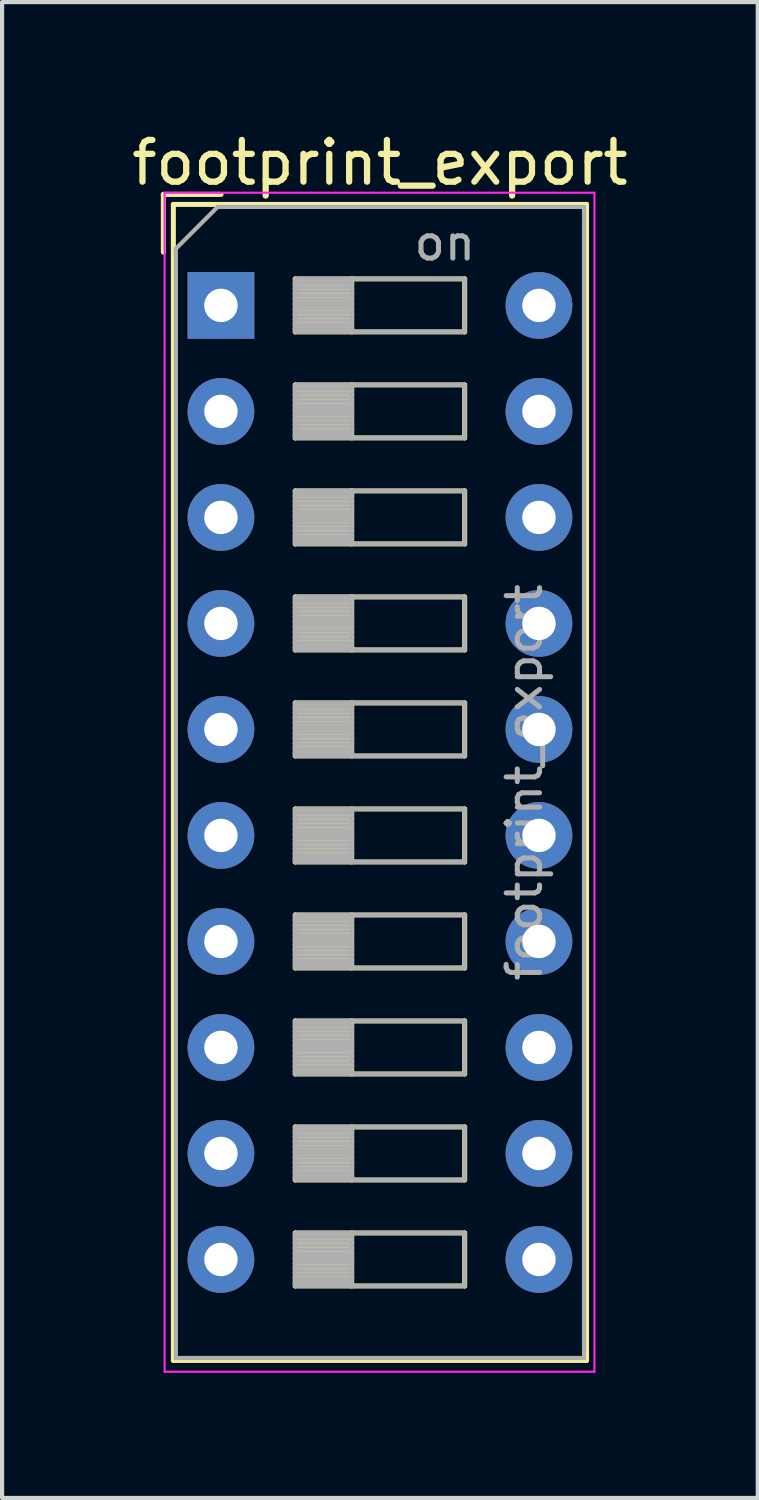
<source format=kicad_pcb>
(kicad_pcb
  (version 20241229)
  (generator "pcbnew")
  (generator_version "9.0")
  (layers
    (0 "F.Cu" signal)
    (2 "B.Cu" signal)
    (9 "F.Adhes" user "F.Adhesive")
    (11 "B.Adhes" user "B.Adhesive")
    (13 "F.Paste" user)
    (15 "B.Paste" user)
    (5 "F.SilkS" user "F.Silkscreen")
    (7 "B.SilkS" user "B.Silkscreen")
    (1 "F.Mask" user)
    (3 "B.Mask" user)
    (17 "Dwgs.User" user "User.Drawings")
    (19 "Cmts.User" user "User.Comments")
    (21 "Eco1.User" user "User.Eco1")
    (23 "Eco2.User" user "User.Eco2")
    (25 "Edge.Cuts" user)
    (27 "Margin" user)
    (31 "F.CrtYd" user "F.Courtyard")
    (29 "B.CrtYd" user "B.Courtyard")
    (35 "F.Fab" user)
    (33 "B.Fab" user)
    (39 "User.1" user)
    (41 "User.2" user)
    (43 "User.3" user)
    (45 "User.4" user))
  (footprint "footprint_export"
    (layer "F.Cu")
    (at 2.244 4.268)
    (property "Reference" "footprint_export" (at 3.81 -3.42 0) (layer "F.SilkS") (effects (font (size 1 1) (thickness 0.15))))
    (attr through_hole)
    (fp_line (start -1.38 -2.66) (end -1.38 -1.277) (stroke (width 0.12) (type solid)) (layer "F.SilkS"))
    (fp_line (start -1.38 -2.66) (end 0.004 -2.66) (stroke (width 0.12) (type solid)) (layer "F.SilkS"))
    (fp_line (start -1.14 -2.42) (end -1.14 25.28) (stroke (width 0.12) (type solid)) (layer "F.SilkS"))
    (fp_line (start -1.14 -2.42) (end 8.76 -2.42) (stroke (width 0.12) (type solid)) (layer "F.SilkS"))
    (fp_line (start -1.14 25.28) (end 8.76 25.28) (stroke (width 0.12) (type solid)) (layer "F.SilkS"))
    (fp_line (start 1.78 -0.635) (end 1.78 0.635) (stroke (width 0.12) (type solid)) (layer "F.SilkS"))
    (fp_line (start 1.78 -0.515) (end 3.133 -0.515) (stroke (width 0.12) (type solid)) (layer "F.SilkS"))
    (fp_line (start 1.78 -0.395) (end 3.133 -0.395) (stroke (width 0.12) (type solid)) (layer "F.SilkS"))
    (fp_line (start 1.78 -0.275) (end 3.133 -0.275) (stroke (width 0.12) (type solid)) (layer "F.SilkS"))
    (fp_line (start 1.78 -0.155) (end 3.133 -0.155) (stroke (width 0.12) (type solid)) (layer "F.SilkS"))
    (fp_line (start 1.78 -0.035) (end 3.133 -0.035) (stroke (width 0.12) (type solid)) (layer "F.SilkS"))
    (fp_line (start 1.78 0.085) (end 3.133 0.085) (stroke (width 0.12) (type solid)) (layer "F.SilkS"))
    (fp_line (start 1.78 0.205) (end 3.133 0.205) (stroke (width 0.12) (type solid)) (layer "F.SilkS"))
    (fp_line (start 1.78 0.325) (end 3.133 0.325) (stroke (width 0.12) (type solid)) (layer "F.SilkS"))
    (fp_line (start 1.78 0.445) (end 3.133 0.445) (stroke (width 0.12) (type solid)) (layer "F.SilkS"))
    (fp_line (start 1.78 0.565) (end 3.133 0.565) (stroke (width 0.12) (type solid)) (layer "F.SilkS"))
    (fp_line (start 1.78 0.635) (end 5.84 0.635) (stroke (width 0.12) (type solid)) (layer "F.SilkS"))
    (fp_line (start 1.78 1.905) (end 1.78 3.175) (stroke (width 0.12) (type solid)) (layer "F.SilkS"))
    (fp_line (start 1.78 2.025) (end 3.133 2.025) (stroke (width 0.12) (type solid)) (layer "F.SilkS"))
    (fp_line (start 1.78 2.145) (end 3.133 2.145) (stroke (width 0.12) (type solid)) (layer "F.SilkS"))
    (fp_line (start 1.78 2.265) (end 3.133 2.265) (stroke (width 0.12) (type solid)) (layer "F.SilkS"))
    (fp_line (start 1.78 2.385) (end 3.133 2.385) (stroke (width 0.12) (type solid)) (layer "F.SilkS"))
    (fp_line (start 1.78 2.505) (end 3.133 2.505) (stroke (width 0.12) (type solid)) (layer "F.SilkS"))
    (fp_line (start 1.78 2.625) (end 3.133 2.625) (stroke (width 0.12) (type solid)) (layer "F.SilkS"))
    (fp_line (start 1.78 2.745) (end 3.133 2.745) (stroke (width 0.12) (type solid)) (layer "F.SilkS"))
    (fp_line (start 1.78 2.865) (end 3.133 2.865) (stroke (width 0.12) (type solid)) (layer "F.SilkS"))
    (fp_line (start 1.78 2.985) (end 3.133 2.985) (stroke (width 0.12) (type solid)) (layer "F.SilkS"))
    (fp_line (start 1.78 3.105) (end 3.133 3.105) (stroke (width 0.12) (type solid)) (layer "F.SilkS"))
    (fp_line (start 1.78 3.175) (end 5.84 3.175) (stroke (width 0.12) (type solid)) (layer "F.SilkS"))
    (fp_line (start 1.78 4.445) (end 1.78 5.715) (stroke (width 0.12) (type solid)) (layer "F.SilkS"))
    (fp_line (start 1.78 4.565) (end 3.133 4.565) (stroke (width 0.12) (type solid)) (layer "F.SilkS"))
    (fp_line (start 1.78 4.685) (end 3.133 4.685) (stroke (width 0.12) (type solid)) (layer "F.SilkS"))
    (fp_line (start 1.78 4.805) (end 3.133 4.805) (stroke (width 0.12) (type solid)) (layer "F.SilkS"))
    (fp_line (start 1.78 4.925) (end 3.133 4.925) (stroke (width 0.12) (type solid)) (layer "F.SilkS"))
    (fp_line (start 1.78 5.045) (end 3.133 5.045) (stroke (width 0.12) (type solid)) (layer "F.SilkS"))
    (fp_line (start 1.78 5.165) (end 3.133 5.165) (stroke (width 0.12) (type solid)) (layer "F.SilkS"))
    (fp_line (start 1.78 5.285) (end 3.133 5.285) (stroke (width 0.12) (type solid)) (layer "F.SilkS"))
    (fp_line (start 1.78 5.405) (end 3.133 5.405) (stroke (width 0.12) (type solid)) (layer "F.SilkS"))
    (fp_line (start 1.78 5.525) (end 3.133 5.525) (stroke (width 0.12) (type solid)) (layer "F.SilkS"))
    (fp_line (start 1.78 5.645) (end 3.133 5.645) (stroke (width 0.12) (type solid)) (layer "F.SilkS"))
    (fp_line (start 1.78 5.715) (end 5.84 5.715) (stroke (width 0.12) (type solid)) (layer "F.SilkS"))
    (fp_line (start 1.78 6.985) (end 1.78 8.255) (stroke (width 0.12) (type solid)) (layer "F.SilkS"))
    (fp_line (start 1.78 7.105) (end 3.133 7.105) (stroke (width 0.12) (type solid)) (layer "F.SilkS"))
    (fp_line (start 1.78 7.225) (end 3.133 7.225) (stroke (width 0.12) (type solid)) (layer "F.SilkS"))
    (fp_line (start 1.78 7.345) (end 3.133 7.345) (stroke (width 0.12) (type solid)) (layer "F.SilkS"))
    (fp_line (start 1.78 7.465) (end 3.133 7.465) (stroke (width 0.12) (type solid)) (layer "F.SilkS"))
    (fp_line (start 1.78 7.585) (end 3.133 7.585) (stroke (width 0.12) (type solid)) (layer "F.SilkS"))
    (fp_line (start 1.78 7.705) (end 3.133 7.705) (stroke (width 0.12) (type solid)) (layer "F.SilkS"))
    (fp_line (start 1.78 7.825) (end 3.133 7.825) (stroke (width 0.12) (type solid)) (layer "F.SilkS"))
    (fp_line (start 1.78 7.945) (end 3.133 7.945) (stroke (width 0.12) (type solid)) (layer "F.SilkS"))
    (fp_line (start 1.78 8.065) (end 3.133 8.065) (stroke (width 0.12) (type solid)) (layer "F.SilkS"))
    (fp_line (start 1.78 8.185) (end 3.133 8.185) (stroke (width 0.12) (type solid)) (layer "F.SilkS"))
    (fp_line (start 1.78 8.255) (end 5.84 8.255) (stroke (width 0.12) (type solid)) (layer "F.SilkS"))
    (fp_line (start 1.78 9.525) (end 1.78 10.795) (stroke (width 0.12) (type solid)) (layer "F.SilkS"))
    (fp_line (start 1.78 9.645) (end 3.133 9.645) (stroke (width 0.12) (type solid)) (layer "F.SilkS"))
    (fp_line (start 1.78 9.765) (end 3.133 9.765) (stroke (width 0.12) (type solid)) (layer "F.SilkS"))
    (fp_line (start 1.78 9.885) (end 3.133 9.885) (stroke (width 0.12) (type solid)) (layer "F.SilkS"))
    (fp_line (start 1.78 10.005) (end 3.133 10.005) (stroke (width 0.12) (type solid)) (layer "F.SilkS"))
    (fp_line (start 1.78 10.125) (end 3.133 10.125) (stroke (width 0.12) (type solid)) (layer "F.SilkS"))
    (fp_line (start 1.78 10.245) (end 3.133 10.245) (stroke (width 0.12) (type solid)) (layer "F.SilkS"))
    (fp_line (start 1.78 10.365) (end 3.133 10.365) (stroke (width 0.12) (type solid)) (layer "F.SilkS"))
    (fp_line (start 1.78 10.485) (end 3.133 10.485) (stroke (width 0.12) (type solid)) (layer "F.SilkS"))
    (fp_line (start 1.78 10.605) (end 3.133 10.605) (stroke (width 0.12) (type solid)) (layer "F.SilkS"))
    (fp_line (start 1.78 10.725) (end 3.133 10.725) (stroke (width 0.12) (type solid)) (layer "F.SilkS"))
    (fp_line (start 1.78 10.795) (end 5.84 10.795) (stroke (width 0.12) (type solid)) (layer "F.SilkS"))
    (fp_line (start 1.78 12.065) (end 1.78 13.335) (stroke (width 0.12) (type solid)) (layer "F.SilkS"))
    (fp_line (start 1.78 12.185) (end 3.133 12.185) (stroke (width 0.12) (type solid)) (layer "F.SilkS"))
    (fp_line (start 1.78 12.305) (end 3.133 12.305) (stroke (width 0.12) (type solid)) (layer "F.SilkS"))
    (fp_line (start 1.78 12.425) (end 3.133 12.425) (stroke (width 0.12) (type solid)) (layer "F.SilkS"))
    (fp_line (start 1.78 12.545) (end 3.133 12.545) (stroke (width 0.12) (type solid)) (layer "F.SilkS"))
    (fp_line (start 1.78 12.665) (end 3.133 12.665) (stroke (width 0.12) (type solid)) (layer "F.SilkS"))
    (fp_line (start 1.78 12.785) (end 3.133 12.785) (stroke (width 0.12) (type solid)) (layer "F.SilkS"))
    (fp_line (start 1.78 12.905) (end 3.133 12.905) (stroke (width 0.12) (type solid)) (layer "F.SilkS"))
    (fp_line (start 1.78 13.025) (end 3.133 13.025) (stroke (width 0.12) (type solid)) (layer "F.SilkS"))
    (fp_line (start 1.78 13.145) (end 3.133 13.145) (stroke (width 0.12) (type solid)) (layer "F.SilkS"))
    (fp_line (start 1.78 13.265) (end 3.133 13.265) (stroke (width 0.12) (type solid)) (layer "F.SilkS"))
    (fp_line (start 1.78 13.335) (end 5.84 13.335) (stroke (width 0.12) (type solid)) (layer "F.SilkS"))
    (fp_line (start 1.78 14.605) (end 1.78 15.875) (stroke (width 0.12) (type solid)) (layer "F.SilkS"))
    (fp_line (start 1.78 14.725) (end 3.133 14.725) (stroke (width 0.12) (type solid)) (layer "F.SilkS"))
    (fp_line (start 1.78 14.845) (end 3.133 14.845) (stroke (width 0.12) (type solid)) (layer "F.SilkS"))
    (fp_line (start 1.78 14.965) (end 3.133 14.965) (stroke (width 0.12) (type solid)) (layer "F.SilkS"))
    (fp_line (start 1.78 15.085) (end 3.133 15.085) (stroke (width 0.12) (type solid)) (layer "F.SilkS"))
    (fp_line (start 1.78 15.205) (end 3.133 15.205) (stroke (width 0.12) (type solid)) (layer "F.SilkS"))
    (fp_line (start 1.78 15.325) (end 3.133 15.325) (stroke (width 0.12) (type solid)) (layer "F.SilkS"))
    (fp_line (start 1.78 15.445) (end 3.133 15.445) (stroke (width 0.12) (type solid)) (layer "F.SilkS"))
    (fp_line (start 1.78 15.565) (end 3.133 15.565) (stroke (width 0.12) (type solid)) (layer "F.SilkS"))
    (fp_line (start 1.78 15.685) (end 3.133 15.685) (stroke (width 0.12) (type solid)) (layer "F.SilkS"))
    (fp_line (start 1.78 15.805) (end 3.133 15.805) (stroke (width 0.12) (type solid)) (layer "F.SilkS"))
    (fp_line (start 1.78 15.875) (end 5.84 15.875) (stroke (width 0.12) (type solid)) (layer "F.SilkS"))
    (fp_line (start 1.78 17.145) (end 1.78 18.415) (stroke (width 0.12) (type solid)) (layer "F.SilkS"))
    (fp_line (start 1.78 17.265) (end 3.133 17.265) (stroke (width 0.12) (type solid)) (layer "F.SilkS"))
    (fp_line (start 1.78 17.385) (end 3.133 17.385) (stroke (width 0.12) (type solid)) (layer "F.SilkS"))
    (fp_line (start 1.78 17.505) (end 3.133 17.505) (stroke (width 0.12) (type solid)) (layer "F.SilkS"))
    (fp_line (start 1.78 17.625) (end 3.133 17.625) (stroke (width 0.12) (type solid)) (layer "F.SilkS"))
    (fp_line (start 1.78 17.745) (end 3.133 17.745) (stroke (width 0.12) (type solid)) (layer "F.SilkS"))
    (fp_line (start 1.78 17.865) (end 3.133 17.865) (stroke (width 0.12) (type solid)) (layer "F.SilkS"))
    (fp_line (start 1.78 17.985) (end 3.133 17.985) (stroke (width 0.12) (type solid)) (layer "F.SilkS"))
    (fp_line (start 1.78 18.105) (end 3.133 18.105) (stroke (width 0.12) (type solid)) (layer "F.SilkS"))
    (fp_line (start 1.78 18.225) (end 3.133 18.225) (stroke (width 0.12) (type solid)) (layer "F.SilkS"))
    (fp_line (start 1.78 18.345) (end 3.133 18.345) (stroke (width 0.12) (type solid)) (layer "F.SilkS"))
    (fp_line (start 1.78 18.415) (end 5.84 18.415) (stroke (width 0.12) (type solid)) (layer "F.SilkS"))
    (fp_line (start 1.78 19.685) (end 1.78 20.955) (stroke (width 0.12) (type solid)) (layer "F.SilkS"))
    (fp_line (start 1.78 19.805) (end 3.133 19.805) (stroke (width 0.12) (type solid)) (layer "F.SilkS"))
    (fp_line (start 1.78 19.925) (end 3.133 19.925) (stroke (width 0.12) (type solid)) (layer "F.SilkS"))
    (fp_line (start 1.78 20.045) (end 3.133 20.045) (stroke (width 0.12) (type solid)) (layer "F.SilkS"))
    (fp_line (start 1.78 20.165) (end 3.133 20.165) (stroke (width 0.12) (type solid)) (layer "F.SilkS"))
    (fp_line (start 1.78 20.285) (end 3.133 20.285) (stroke (width 0.12) (type solid)) (layer "F.SilkS"))
    (fp_line (start 1.78 20.405) (end 3.133 20.405) (stroke (width 0.12) (type solid)) (layer "F.SilkS"))
    (fp_line (start 1.78 20.525) (end 3.133 20.525) (stroke (width 0.12) (type solid)) (layer "F.SilkS"))
    (fp_line (start 1.78 20.645) (end 3.133 20.645) (stroke (width 0.12) (type solid)) (layer "F.SilkS"))
    (fp_line (start 1.78 20.765) (end 3.133 20.765) (stroke (width 0.12) (type solid)) (layer "F.SilkS"))
    (fp_line (start 1.78 20.885) (end 3.133 20.885) (stroke (width 0.12) (type solid)) (layer "F.SilkS"))
    (fp_line (start 1.78 20.955) (end 5.84 20.955) (stroke (width 0.12) (type solid)) (layer "F.SilkS"))
    (fp_line (start 1.78 22.225) (end 1.78 23.495) (stroke (width 0.12) (type solid)) (layer "F.SilkS"))
    (fp_line (start 1.78 22.345) (end 3.133 22.345) (stroke (width 0.12) (type solid)) (layer "F.SilkS"))
    (fp_line (start 1.78 22.465) (end 3.133 22.465) (stroke (width 0.12) (type solid)) (layer "F.SilkS"))
    (fp_line (start 1.78 22.585) (end 3.133 22.585) (stroke (width 0.12) (type solid)) (layer "F.SilkS"))
    (fp_line (start 1.78 22.705) (end 3.133 22.705) (stroke (width 0.12) (type solid)) (layer "F.SilkS"))
    (fp_line (start 1.78 22.825) (end 3.133 22.825) (stroke (width 0.12) (type solid)) (layer "F.SilkS"))
    (fp_line (start 1.78 22.945) (end 3.133 22.945) (stroke (width 0.12) (type solid)) (layer "F.SilkS"))
    (fp_line (start 1.78 23.065) (end 3.133 23.065) (stroke (width 0.12) (type solid)) (layer "F.SilkS"))
    (fp_line (start 1.78 23.185) (end 3.133 23.185) (stroke (width 0.12) (type solid)) (layer "F.SilkS"))
    (fp_line (start 1.78 23.305) (end 3.133 23.305) (stroke (width 0.12) (type solid)) (layer "F.SilkS"))
    (fp_line (start 1.78 23.425) (end 3.133 23.425) (stroke (width 0.12) (type solid)) (layer "F.SilkS"))
    (fp_line (start 1.78 23.495) (end 5.84 23.495) (stroke (width 0.12) (type solid)) (layer "F.SilkS"))
    (fp_line (start 3.133 -0.635) (end 3.133 0.635) (stroke (width 0.12) (type solid)) (layer "F.SilkS"))
    (fp_line (start 3.133 1.905) (end 3.133 3.175) (stroke (width 0.12) (type solid)) (layer "F.SilkS"))
    (fp_line (start 3.133 4.445) (end 3.133 5.715) (stroke (width 0.12) (type solid)) (layer "F.SilkS"))
    (fp_line (start 3.133 6.985) (end 3.133 8.255) (stroke (width 0.12) (type solid)) (layer "F.SilkS"))
    (fp_line (start 3.133 9.525) (end 3.133 10.795) (stroke (width 0.12) (type solid)) (layer "F.SilkS"))
    (fp_line (start 3.133 12.065) (end 3.133 13.335) (stroke (width 0.12) (type solid)) (layer "F.SilkS"))
    (fp_line (start 3.133 14.605) (end 3.133 15.875) (stroke (width 0.12) (type solid)) (layer "F.SilkS"))
    (fp_line (start 3.133 17.145) (end 3.133 18.415) (stroke (width 0.12) (type solid)) (layer "F.SilkS"))
    (fp_line (start 3.133 19.685) (end 3.133 20.955) (stroke (width 0.12) (type solid)) (layer "F.SilkS"))
    (fp_line (start 3.133 22.225) (end 3.133 23.495) (stroke (width 0.12) (type solid)) (layer "F.SilkS"))
    (fp_line (start 5.84 -0.635) (end 1.78 -0.635) (stroke (width 0.12) (type solid)) (layer "F.SilkS"))
    (fp_line (start 5.84 0.635) (end 5.84 -0.635) (stroke (width 0.12) (type solid)) (layer "F.SilkS"))
    (fp_line (start 5.84 1.905) (end 1.78 1.905) (stroke (width 0.12) (type solid)) (layer "F.SilkS"))
    (fp_line (start 5.84 3.175) (end 5.84 1.905) (stroke (width 0.12) (type solid)) (layer "F.SilkS"))
    (fp_line (start 5.84 4.445) (end 1.78 4.445) (stroke (width 0.12) (type solid)) (layer "F.SilkS"))
    (fp_line (start 5.84 5.715) (end 5.84 4.445) (stroke (width 0.12) (type solid)) (layer "F.SilkS"))
    (fp_line (start 5.84 6.985) (end 1.78 6.985) (stroke (width 0.12) (type solid)) (layer "F.SilkS"))
    (fp_line (start 5.84 8.255) (end 5.84 6.985) (stroke (width 0.12) (type solid)) (layer "F.SilkS"))
    (fp_line (start 5.84 9.525) (end 1.78 9.525) (stroke (width 0.12) (type solid)) (layer "F.SilkS"))
    (fp_line (start 5.84 10.795) (end 5.84 9.525) (stroke (width 0.12) (type solid)) (layer "F.SilkS"))
    (fp_line (start 5.84 12.065) (end 1.78 12.065) (stroke (width 0.12) (type solid)) (layer "F.SilkS"))
    (fp_line (start 5.84 13.335) (end 5.84 12.065) (stroke (width 0.12) (type solid)) (layer "F.SilkS"))
    (fp_line (start 5.84 14.605) (end 1.78 14.605) (stroke (width 0.12) (type solid)) (layer "F.SilkS"))
    (fp_line (start 5.84 15.875) (end 5.84 14.605) (stroke (width 0.12) (type solid)) (layer "F.SilkS"))
    (fp_line (start 5.84 17.145) (end 1.78 17.145) (stroke (width 0.12) (type solid)) (layer "F.SilkS"))
    (fp_line (start 5.84 18.415) (end 5.84 17.145) (stroke (width 0.12) (type solid)) (layer "F.SilkS"))
    (fp_line (start 5.84 19.685) (end 1.78 19.685) (stroke (width 0.12) (type solid)) (layer "F.SilkS"))
    (fp_line (start 5.84 20.955) (end 5.84 19.685) (stroke (width 0.12) (type solid)) (layer "F.SilkS"))
    (fp_line (start 5.84 22.225) (end 1.78 22.225) (stroke (width 0.12) (type solid)) (layer "F.SilkS"))
    (fp_line (start 5.84 23.495) (end 5.84 22.225) (stroke (width 0.12) (type solid)) (layer "F.SilkS"))
    (fp_line (start 8.76 -2.42) (end 8.76 25.28) (stroke (width 0.12) (type solid)) (layer "F.SilkS"))
    (fp_line (start -1.35 -2.7) (end -1.35 25.55) (stroke (width 0.05) (type solid)) (layer "F.CrtYd"))
    (fp_line (start -1.35 25.55) (end 8.95 25.55) (stroke (width 0.05) (type solid)) (layer "F.CrtYd"))
    (fp_line (start 8.95 -2.7) (end -1.35 -2.7) (stroke (width 0.05) (type solid)) (layer "F.CrtYd"))
    (fp_line (start 8.95 25.55) (end 8.95 -2.7) (stroke (width 0.05) (type solid)) (layer "F.CrtYd"))
    (fp_line (start -1.08 -1.36) (end -0.08 -2.36) (stroke (width 0.1) (type solid)) (layer "F.Fab"))
    (fp_line (start -1.08 25.22) (end -1.08 -1.36) (stroke (width 0.1) (type solid)) (layer "F.Fab"))
    (fp_line (start -0.08 -2.36) (end 8.7 -2.36) (stroke (width 0.1) (type solid)) (layer "F.Fab"))
    (fp_line (start 1.78 -0.635) (end 1.78 0.635) (stroke (width 0.1) (type solid)) (layer "F.Fab"))
    (fp_line (start 1.78 -0.535) (end 3.133 -0.535) (stroke (width 0.1) (type solid)) (layer "F.Fab"))
    (fp_line (start 1.78 -0.435) (end 3.133 -0.435) (stroke (width 0.1) (type solid)) (layer "F.Fab"))
    (fp_line (start 1.78 -0.335) (end 3.133 -0.335) (stroke (width 0.1) (type solid)) (layer "F.Fab"))
    (fp_line (start 1.78 -0.235) (end 3.133 -0.235) (stroke (width 0.1) (type solid)) (layer "F.Fab"))
    (fp_line (start 1.78 -0.135) (end 3.133 -0.135) (stroke (width 0.1) (type solid)) (layer "F.Fab"))
    (fp_line (start 1.78 -0.035) (end 3.133 -0.035) (stroke (width 0.1) (type solid)) (layer "F.Fab"))
    (fp_line (start 1.78 0.065) (end 3.133 0.065) (stroke (width 0.1) (type solid)) (layer "F.Fab"))
    (fp_line (start 1.78 0.165) (end 3.133 0.165) (stroke (width 0.1) (type solid)) (layer "F.Fab"))
    (fp_line (start 1.78 0.265) (end 3.133 0.265) (stroke (width 0.1) (type solid)) (layer "F.Fab"))
    (fp_line (start 1.78 0.365) (end 3.133 0.365) (stroke (width 0.1) (type solid)) (layer "F.Fab"))
    (fp_line (start 1.78 0.465) (end 3.133 0.465) (stroke (width 0.1) (type solid)) (layer "F.Fab"))
    (fp_line (start 1.78 0.565) (end 3.133 0.565) (stroke (width 0.1) (type solid)) (layer "F.Fab"))
    (fp_line (start 1.78 0.635) (end 5.84 0.635) (stroke (width 0.1) (type solid)) (layer "F.Fab"))
    (fp_line (start 1.78 1.905) (end 1.78 3.175) (stroke (width 0.1) (type solid)) (layer "F.Fab"))
    (fp_line (start 1.78 2.005) (end 3.133 2.005) (stroke (width 0.1) (type solid)) (layer "F.Fab"))
    (fp_line (start 1.78 2.105) (end 3.133 2.105) (stroke (width 0.1) (type solid)) (layer "F.Fab"))
    (fp_line (start 1.78 2.205) (end 3.133 2.205) (stroke (width 0.1) (type solid)) (layer "F.Fab"))
    (fp_line (start 1.78 2.305) (end 3.133 2.305) (stroke (width 0.1) (type solid)) (layer "F.Fab"))
    (fp_line (start 1.78 2.405) (end 3.133 2.405) (stroke (width 0.1) (type solid)) (layer "F.Fab"))
    (fp_line (start 1.78 2.505) (end 3.133 2.505) (stroke (width 0.1) (type solid)) (layer "F.Fab"))
    (fp_line (start 1.78 2.605) (end 3.133 2.605) (stroke (width 0.1) (type solid)) (layer "F.Fab"))
    (fp_line (start 1.78 2.705) (end 3.133 2.705) (stroke (width 0.1) (type solid)) (layer "F.Fab"))
    (fp_line (start 1.78 2.805) (end 3.133 2.805) (stroke (width 0.1) (type solid)) (layer "F.Fab"))
    (fp_line (start 1.78 2.905) (end 3.133 2.905) (stroke (width 0.1) (type solid)) (layer "F.Fab"))
    (fp_line (start 1.78 3.005) (end 3.133 3.005) (stroke (width 0.1) (type solid)) (layer "F.Fab"))
    (fp_line (start 1.78 3.105) (end 3.133 3.105) (stroke (width 0.1) (type solid)) (layer "F.Fab"))
    (fp_line (start 1.78 3.175) (end 5.84 3.175) (stroke (width 0.1) (type solid)) (layer "F.Fab"))
    (fp_line (start 1.78 4.445) (end 1.78 5.715) (stroke (width 0.1) (type solid)) (layer "F.Fab"))
    (fp_line (start 1.78 4.545) (end 3.133 4.545) (stroke (width 0.1) (type solid)) (layer "F.Fab"))
    (fp_line (start 1.78 4.645) (end 3.133 4.645) (stroke (width 0.1) (type solid)) (layer "F.Fab"))
    (fp_line (start 1.78 4.745) (end 3.133 4.745) (stroke (width 0.1) (type solid)) (layer "F.Fab"))
    (fp_line (start 1.78 4.845) (end 3.133 4.845) (stroke (width 0.1) (type solid)) (layer "F.Fab"))
    (fp_line (start 1.78 4.945) (end 3.133 4.945) (stroke (width 0.1) (type solid)) (layer "F.Fab"))
    (fp_line (start 1.78 5.045) (end 3.133 5.045) (stroke (width 0.1) (type solid)) (layer "F.Fab"))
    (fp_line (start 1.78 5.145) (end 3.133 5.145) (stroke (width 0.1) (type solid)) (layer "F.Fab"))
    (fp_line (start 1.78 5.245) (end 3.133 5.245) (stroke (width 0.1) (type solid)) (layer "F.Fab"))
    (fp_line (start 1.78 5.345) (end 3.133 5.345) (stroke (width 0.1) (type solid)) (layer "F.Fab"))
    (fp_line (start 1.78 5.445) (end 3.133 5.445) (stroke (width 0.1) (type solid)) (layer "F.Fab"))
    (fp_line (start 1.78 5.545) (end 3.133 5.545) (stroke (width 0.1) (type solid)) (layer "F.Fab"))
    (fp_line (start 1.78 5.645) (end 3.133 5.645) (stroke (width 0.1) (type solid)) (layer "F.Fab"))
    (fp_line (start 1.78 5.715) (end 5.84 5.715) (stroke (width 0.1) (type solid)) (layer "F.Fab"))
    (fp_line (start 1.78 6.985) (end 1.78 8.255) (stroke (width 0.1) (type solid)) (layer "F.Fab"))
    (fp_line (start 1.78 7.085) (end 3.133 7.085) (stroke (width 0.1) (type solid)) (layer "F.Fab"))
    (fp_line (start 1.78 7.185) (end 3.133 7.185) (stroke (width 0.1) (type solid)) (layer "F.Fab"))
    (fp_line (start 1.78 7.285) (end 3.133 7.285) (stroke (width 0.1) (type solid)) (layer "F.Fab"))
    (fp_line (start 1.78 7.385) (end 3.133 7.385) (stroke (width 0.1) (type solid)) (layer "F.Fab"))
    (fp_line (start 1.78 7.485) (end 3.133 7.485) (stroke (width 0.1) (type solid)) (layer "F.Fab"))
    (fp_line (start 1.78 7.585) (end 3.133 7.585) (stroke (width 0.1) (type solid)) (layer "F.Fab"))
    (fp_line (start 1.78 7.685) (end 3.133 7.685) (stroke (width 0.1) (type solid)) (layer "F.Fab"))
    (fp_line (start 1.78 7.785) (end 3.133 7.785) (stroke (width 0.1) (type solid)) (layer "F.Fab"))
    (fp_line (start 1.78 7.885) (end 3.133 7.885) (stroke (width 0.1) (type solid)) (layer "F.Fab"))
    (fp_line (start 1.78 7.985) (end 3.133 7.985) (stroke (width 0.1) (type solid)) (layer "F.Fab"))
    (fp_line (start 1.78 8.085) (end 3.133 8.085) (stroke (width 0.1) (type solid)) (layer "F.Fab"))
    (fp_line (start 1.78 8.185) (end 3.133 8.185) (stroke (width 0.1) (type solid)) (layer "F.Fab"))
    (fp_line (start 1.78 8.255) (end 5.84 8.255) (stroke (width 0.1) (type solid)) (layer "F.Fab"))
    (fp_line (start 1.78 9.525) (end 1.78 10.795) (stroke (width 0.1) (type solid)) (layer "F.Fab"))
    (fp_line (start 1.78 9.625) (end 3.133 9.625) (stroke (width 0.1) (type solid)) (layer "F.Fab"))
    (fp_line (start 1.78 9.725) (end 3.133 9.725) (stroke (width 0.1) (type solid)) (layer "F.Fab"))
    (fp_line (start 1.78 9.825) (end 3.133 9.825) (stroke (width 0.1) (type solid)) (layer "F.Fab"))
    (fp_line (start 1.78 9.925) (end 3.133 9.925) (stroke (width 0.1) (type solid)) (layer "F.Fab"))
    (fp_line (start 1.78 10.025) (end 3.133 10.025) (stroke (width 0.1) (type solid)) (layer "F.Fab"))
    (fp_line (start 1.78 10.125) (end 3.133 10.125) (stroke (width 0.1) (type solid)) (layer "F.Fab"))
    (fp_line (start 1.78 10.225) (end 3.133 10.225) (stroke (width 0.1) (type solid)) (layer "F.Fab"))
    (fp_line (start 1.78 10.325) (end 3.133 10.325) (stroke (width 0.1) (type solid)) (layer "F.Fab"))
    (fp_line (start 1.78 10.425) (end 3.133 10.425) (stroke (width 0.1) (type solid)) (layer "F.Fab"))
    (fp_line (start 1.78 10.525) (end 3.133 10.525) (stroke (width 0.1) (type solid)) (layer "F.Fab"))
    (fp_line (start 1.78 10.625) (end 3.133 10.625) (stroke (width 0.1) (type solid)) (layer "F.Fab"))
    (fp_line (start 1.78 10.725) (end 3.133 10.725) (stroke (width 0.1) (type solid)) (layer "F.Fab"))
    (fp_line (start 1.78 10.795) (end 5.84 10.795) (stroke (width 0.1) (type solid)) (layer "F.Fab"))
    (fp_line (start 1.78 12.065) (end 1.78 13.335) (stroke (width 0.1) (type solid)) (layer "F.Fab"))
    (fp_line (start 1.78 12.165) (end 3.133 12.165) (stroke (width 0.1) (type solid)) (layer "F.Fab"))
    (fp_line (start 1.78 12.265) (end 3.133 12.265) (stroke (width 0.1) (type solid)) (layer "F.Fab"))
    (fp_line (start 1.78 12.365) (end 3.133 12.365) (stroke (width 0.1) (type solid)) (layer "F.Fab"))
    (fp_line (start 1.78 12.465) (end 3.133 12.465) (stroke (width 0.1) (type solid)) (layer "F.Fab"))
    (fp_line (start 1.78 12.565) (end 3.133 12.565) (stroke (width 0.1) (type solid)) (layer "F.Fab"))
    (fp_line (start 1.78 12.665) (end 3.133 12.665) (stroke (width 0.1) (type solid)) (layer "F.Fab"))
    (fp_line (start 1.78 12.765) (end 3.133 12.765) (stroke (width 0.1) (type solid)) (layer "F.Fab"))
    (fp_line (start 1.78 12.865) (end 3.133 12.865) (stroke (width 0.1) (type solid)) (layer "F.Fab"))
    (fp_line (start 1.78 12.965) (end 3.133 12.965) (stroke (width 0.1) (type solid)) (layer "F.Fab"))
    (fp_line (start 1.78 13.065) (end 3.133 13.065) (stroke (width 0.1) (type solid)) (layer "F.Fab"))
    (fp_line (start 1.78 13.165) (end 3.133 13.165) (stroke (width 0.1) (type solid)) (layer "F.Fab"))
    (fp_line (start 1.78 13.265) (end 3.133 13.265) (stroke (width 0.1) (type solid)) (layer "F.Fab"))
    (fp_line (start 1.78 13.335) (end 5.84 13.335) (stroke (width 0.1) (type solid)) (layer "F.Fab"))
    (fp_line (start 1.78 14.605) (end 1.78 15.875) (stroke (width 0.1) (type solid)) (layer "F.Fab"))
    (fp_line (start 1.78 14.705) (end 3.133 14.705) (stroke (width 0.1) (type solid)) (layer "F.Fab"))
    (fp_line (start 1.78 14.805) (end 3.133 14.805) (stroke (width 0.1) (type solid)) (layer "F.Fab"))
    (fp_line (start 1.78 14.905) (end 3.133 14.905) (stroke (width 0.1) (type solid)) (layer "F.Fab"))
    (fp_line (start 1.78 15.005) (end 3.133 15.005) (stroke (width 0.1) (type solid)) (layer "F.Fab"))
    (fp_line (start 1.78 15.105) (end 3.133 15.105) (stroke (width 0.1) (type solid)) (layer "F.Fab"))
    (fp_line (start 1.78 15.205) (end 3.133 15.205) (stroke (width 0.1) (type solid)) (layer "F.Fab"))
    (fp_line (start 1.78 15.305) (end 3.133 15.305) (stroke (width 0.1) (type solid)) (layer "F.Fab"))
    (fp_line (start 1.78 15.405) (end 3.133 15.405) (stroke (width 0.1) (type solid)) (layer "F.Fab"))
    (fp_line (start 1.78 15.505) (end 3.133 15.505) (stroke (width 0.1) (type solid)) (layer "F.Fab"))
    (fp_line (start 1.78 15.605) (end 3.133 15.605) (stroke (width 0.1) (type solid)) (layer "F.Fab"))
    (fp_line (start 1.78 15.705) (end 3.133 15.705) (stroke (width 0.1) (type solid)) (layer "F.Fab"))
    (fp_line (start 1.78 15.805) (end 3.133 15.805) (stroke (width 0.1) (type solid)) (layer "F.Fab"))
    (fp_line (start 1.78 15.875) (end 5.84 15.875) (stroke (width 0.1) (type solid)) (layer "F.Fab"))
    (fp_line (start 1.78 17.145) (end 1.78 18.415) (stroke (width 0.1) (type solid)) (layer "F.Fab"))
    (fp_line (start 1.78 17.245) (end 3.133 17.245) (stroke (width 0.1) (type solid)) (layer "F.Fab"))
    (fp_line (start 1.78 17.345) (end 3.133 17.345) (stroke (width 0.1) (type solid)) (layer "F.Fab"))
    (fp_line (start 1.78 17.445) (end 3.133 17.445) (stroke (width 0.1) (type solid)) (layer "F.Fab"))
    (fp_line (start 1.78 17.545) (end 3.133 17.545) (stroke (width 0.1) (type solid)) (layer "F.Fab"))
    (fp_line (start 1.78 17.645) (end 3.133 17.645) (stroke (width 0.1) (type solid)) (layer "F.Fab"))
    (fp_line (start 1.78 17.745) (end 3.133 17.745) (stroke (width 0.1) (type solid)) (layer "F.Fab"))
    (fp_line (start 1.78 17.845) (end 3.133 17.845) (stroke (width 0.1) (type solid)) (layer "F.Fab"))
    (fp_line (start 1.78 17.945) (end 3.133 17.945) (stroke (width 0.1) (type solid)) (layer "F.Fab"))
    (fp_line (start 1.78 18.045) (end 3.133 18.045) (stroke (width 0.1) (type solid)) (layer "F.Fab"))
    (fp_line (start 1.78 18.145) (end 3.133 18.145) (stroke (width 0.1) (type solid)) (layer "F.Fab"))
    (fp_line (start 1.78 18.245) (end 3.133 18.245) (stroke (width 0.1) (type solid)) (layer "F.Fab"))
    (fp_line (start 1.78 18.345) (end 3.133 18.345) (stroke (width 0.1) (type solid)) (layer "F.Fab"))
    (fp_line (start 1.78 18.415) (end 5.84 18.415) (stroke (width 0.1) (type solid)) (layer "F.Fab"))
    (fp_line (start 1.78 19.685) (end 1.78 20.955) (stroke (width 0.1) (type solid)) (layer "F.Fab"))
    (fp_line (start 1.78 19.785) (end 3.133 19.785) (stroke (width 0.1) (type solid)) (layer "F.Fab"))
    (fp_line (start 1.78 19.885) (end 3.133 19.885) (stroke (width 0.1) (type solid)) (layer "F.Fab"))
    (fp_line (start 1.78 19.985) (end 3.133 19.985) (stroke (width 0.1) (type solid)) (layer "F.Fab"))
    (fp_line (start 1.78 20.085) (end 3.133 20.085) (stroke (width 0.1) (type solid)) (layer "F.Fab"))
    (fp_line (start 1.78 20.185) (end 3.133 20.185) (stroke (width 0.1) (type solid)) (layer "F.Fab"))
    (fp_line (start 1.78 20.285) (end 3.133 20.285) (stroke (width 0.1) (type solid)) (layer "F.Fab"))
    (fp_line (start 1.78 20.385) (end 3.133 20.385) (stroke (width 0.1) (type solid)) (layer "F.Fab"))
    (fp_line (start 1.78 20.485) (end 3.133 20.485) (stroke (width 0.1) (type solid)) (layer "F.Fab"))
    (fp_line (start 1.78 20.585) (end 3.133 20.585) (stroke (width 0.1) (type solid)) (layer "F.Fab"))
    (fp_line (start 1.78 20.685) (end 3.133 20.685) (stroke (width 0.1) (type solid)) (layer "F.Fab"))
    (fp_line (start 1.78 20.785) (end 3.133 20.785) (stroke (width 0.1) (type solid)) (layer "F.Fab"))
    (fp_line (start 1.78 20.885) (end 3.133 20.885) (stroke (width 0.1) (type solid)) (layer "F.Fab"))
    (fp_line (start 1.78 20.955) (end 5.84 20.955) (stroke (width 0.1) (type solid)) (layer "F.Fab"))
    (fp_line (start 1.78 22.225) (end 1.78 23.495) (stroke (width 0.1) (type solid)) (layer "F.Fab"))
    (fp_line (start 1.78 22.325) (end 3.133 22.325) (stroke (width 0.1) (type solid)) (layer "F.Fab"))
    (fp_line (start 1.78 22.425) (end 3.133 22.425) (stroke (width 0.1) (type solid)) (layer "F.Fab"))
    (fp_line (start 1.78 22.525) (end 3.133 22.525) (stroke (width 0.1) (type solid)) (layer "F.Fab"))
    (fp_line (start 1.78 22.625) (end 3.133 22.625) (stroke (width 0.1) (type solid)) (layer "F.Fab"))
    (fp_line (start 1.78 22.725) (end 3.133 22.725) (stroke (width 0.1) (type solid)) (layer "F.Fab"))
    (fp_line (start 1.78 22.825) (end 3.133 22.825) (stroke (width 0.1) (type solid)) (layer "F.Fab"))
    (fp_line (start 1.78 22.925) (end 3.133 22.925) (stroke (width 0.1) (type solid)) (layer "F.Fab"))
    (fp_line (start 1.78 23.025) (end 3.133 23.025) (stroke (width 0.1) (type solid)) (layer "F.Fab"))
    (fp_line (start 1.78 23.125) (end 3.133 23.125) (stroke (width 0.1) (type solid)) (layer "F.Fab"))
    (fp_line (start 1.78 23.225) (end 3.133 23.225) (stroke (width 0.1) (type solid)) (layer "F.Fab"))
    (fp_line (start 1.78 23.325) (end 3.133 23.325) (stroke (width 0.1) (type solid)) (layer "F.Fab"))
    (fp_line (start 1.78 23.425) (end 3.133 23.425) (stroke (width 0.1) (type solid)) (layer "F.Fab"))
    (fp_line (start 1.78 23.495) (end 5.84 23.495) (stroke (width 0.1) (type solid)) (layer "F.Fab"))
    (fp_line (start 3.133 -0.635) (end 3.133 0.635) (stroke (width 0.1) (type solid)) (layer "F.Fab"))
    (fp_line (start 3.133 1.905) (end 3.133 3.175) (stroke (width 0.1) (type solid)) (layer "F.Fab"))
    (fp_line (start 3.133 4.445) (end 3.133 5.715) (stroke (width 0.1) (type solid)) (layer "F.Fab"))
    (fp_line (start 3.133 6.985) (end 3.133 8.255) (stroke (width 0.1) (type solid)) (layer "F.Fab"))
    (fp_line (start 3.133 9.525) (end 3.133 10.795) (stroke (width 0.1) (type solid)) (layer "F.Fab"))
    (fp_line (start 3.133 12.065) (end 3.133 13.335) (stroke (width 0.1) (type solid)) (layer "F.Fab"))
    (fp_line (start 3.133 14.605) (end 3.133 15.875) (stroke (width 0.1) (type solid)) (layer "F.Fab"))
    (fp_line (start 3.133 17.145) (end 3.133 18.415) (stroke (width 0.1) (type solid)) (layer "F.Fab"))
    (fp_line (start 3.133 19.685) (end 3.133 20.955) (stroke (width 0.1) (type solid)) (layer "F.Fab"))
    (fp_line (start 3.133 22.225) (end 3.133 23.495) (stroke (width 0.1) (type solid)) (layer "F.Fab"))
    (fp_line (start 5.84 -0.635) (end 1.78 -0.635) (stroke (width 0.1) (type solid)) (layer "F.Fab"))
    (fp_line (start 5.84 0.635) (end 5.84 -0.635) (stroke (width 0.1) (type solid)) (layer "F.Fab"))
    (fp_line (start 5.84 1.905) (end 1.78 1.905) (stroke (width 0.1) (type solid)) (layer "F.Fab"))
    (fp_line (start 5.84 3.175) (end 5.84 1.905) (stroke (width 0.1) (type solid)) (layer "F.Fab"))
    (fp_line (start 5.84 4.445) (end 1.78 4.445) (stroke (width 0.1) (type solid)) (layer "F.Fab"))
    (fp_line (start 5.84 5.715) (end 5.84 4.445) (stroke (width 0.1) (type solid)) (layer "F.Fab"))
    (fp_line (start 5.84 6.985) (end 1.78 6.985) (stroke (width 0.1) (type solid)) (layer "F.Fab"))
    (fp_line (start 5.84 8.255) (end 5.84 6.985) (stroke (width 0.1) (type solid)) (layer "F.Fab"))
    (fp_line (start 5.84 9.525) (end 1.78 9.525) (stroke (width 0.1) (type solid)) (layer "F.Fab"))
    (fp_line (start 5.84 10.795) (end 5.84 9.525) (stroke (width 0.1) (type solid)) (layer "F.Fab"))
    (fp_line (start 5.84 12.065) (end 1.78 12.065) (stroke (width 0.1) (type solid)) (layer "F.Fab"))
    (fp_line (start 5.84 13.335) (end 5.84 12.065) (stroke (width 0.1) (type solid)) (layer "F.Fab"))
    (fp_line (start 5.84 14.605) (end 1.78 14.605) (stroke (width 0.1) (type solid)) (layer "F.Fab"))
    (fp_line (start 5.84 15.875) (end 5.84 14.605) (stroke (width 0.1) (type solid)) (layer "F.Fab"))
    (fp_line (start 5.84 17.145) (end 1.78 17.145) (stroke (width 0.1) (type solid)) (layer "F.Fab"))
    (fp_line (start 5.84 18.415) (end 5.84 17.145) (stroke (width 0.1) (type solid)) (layer "F.Fab"))
    (fp_line (start 5.84 19.685) (end 1.78 19.685) (stroke (width 0.1) (type solid)) (layer "F.Fab"))
    (fp_line (start 5.84 20.955) (end 5.84 19.685) (stroke (width 0.1) (type solid)) (layer "F.Fab"))
    (fp_line (start 5.84 22.225) (end 1.78 22.225) (stroke (width 0.1) (type solid)) (layer "F.Fab"))
    (fp_line (start 5.84 23.495) (end 5.84 22.225) (stroke (width 0.1) (type solid)) (layer "F.Fab"))
    (fp_line (start 8.7 -2.36) (end 8.7 25.22) (stroke (width 0.1) (type solid)) (layer "F.Fab"))
    (fp_line (start 8.7 25.22) (end -1.08 25.22) (stroke (width 0.1) (type solid)) (layer "F.Fab"))
    (fp_text user "${REFERENCE}" (at 7.27 11.43 90) (layer "F.Fab") (effects (font (size 0.8 0.8) (thickness 0.12))))
    (fp_text user "on" (at 5.365 -1.498 0) (layer "F.Fab") (effects (font (size 0.8 0.8) (thickness 0.12))))
    (pad "1" thru_hole rect (at 0 0) (size 1.6 1.6) (drill 0.8) (layers "*.Cu" "*.Mask"))
    (pad "2" thru_hole oval (at 0 2.54) (size 1.6 1.6) (drill 0.8) (layers "*.Cu" "*.Mask"))
    (pad "3" thru_hole oval (at 0 5.08) (size 1.6 1.6) (drill 0.8) (layers "*.Cu" "*.Mask"))
    (pad "4" thru_hole oval (at 0 7.62) (size 1.6 1.6) (drill 0.8) (layers "*.Cu" "*.Mask"))
    (pad "5" thru_hole oval (at 0 10.16) (size 1.6 1.6) (drill 0.8) (layers "*.Cu" "*.Mask"))
    (pad "6" thru_hole oval (at 0 12.7) (size 1.6 1.6) (drill 0.8) (layers "*.Cu" "*.Mask"))
    (pad "7" thru_hole oval (at 0 15.24) (size 1.6 1.6) (drill 0.8) (layers "*.Cu" "*.Mask"))
    (pad "8" thru_hole oval (at 0 17.78) (size 1.6 1.6) (drill 0.8) (layers "*.Cu" "*.Mask"))
    (pad "9" thru_hole oval (at 0 20.32) (size 1.6 1.6) (drill 0.8) (layers "*.Cu" "*.Mask"))
    (pad "10" thru_hole oval (at 0 22.86) (size 1.6 1.6) (drill 0.8) (layers "*.Cu" "*.Mask"))
    (pad "11" thru_hole oval (at 7.62 22.86) (size 1.6 1.6) (drill 0.8) (layers "*.Cu" "*.Mask"))
    (pad "12" thru_hole oval (at 7.62 20.32) (size 1.6 1.6) (drill 0.8) (layers "*.Cu" "*.Mask"))
    (pad "13" thru_hole oval (at 7.62 17.78) (size 1.6 1.6) (drill 0.8) (layers "*.Cu" "*.Mask"))
    (pad "14" thru_hole oval (at 7.62 15.24) (size 1.6 1.6) (drill 0.8) (layers "*.Cu" "*.Mask"))
    (pad "15" thru_hole oval (at 7.62 12.7) (size 1.6 1.6) (drill 0.8) (layers "*.Cu" "*.Mask"))
    (pad "16" thru_hole oval (at 7.62 10.16) (size 1.6 1.6) (drill 0.8) (layers "*.Cu" "*.Mask"))
    (pad "17" thru_hole oval (at 7.62 7.62) (size 1.6 1.6) (drill 0.8) (layers "*.Cu" "*.Mask"))
    (pad "18" thru_hole oval (at 7.62 5.08) (size 1.6 1.6) (drill 0.8) (layers "*.Cu" "*.Mask"))
    (pad "19" thru_hole oval (at 7.62 2.54) (size 1.6 1.6) (drill 0.8) (layers "*.Cu" "*.Mask"))
    (pad "20" thru_hole oval (at 7.62 0) (size 1.6 1.6) (drill 0.8) (layers "*.Cu" "*.Mask")))
  (gr_rect
    (start -3 -3)
    (end 15.107 32.843)
    (stroke (width 0.1) (type default))
    (fill no)
    (layer "Edge.Cuts")))
</source>
